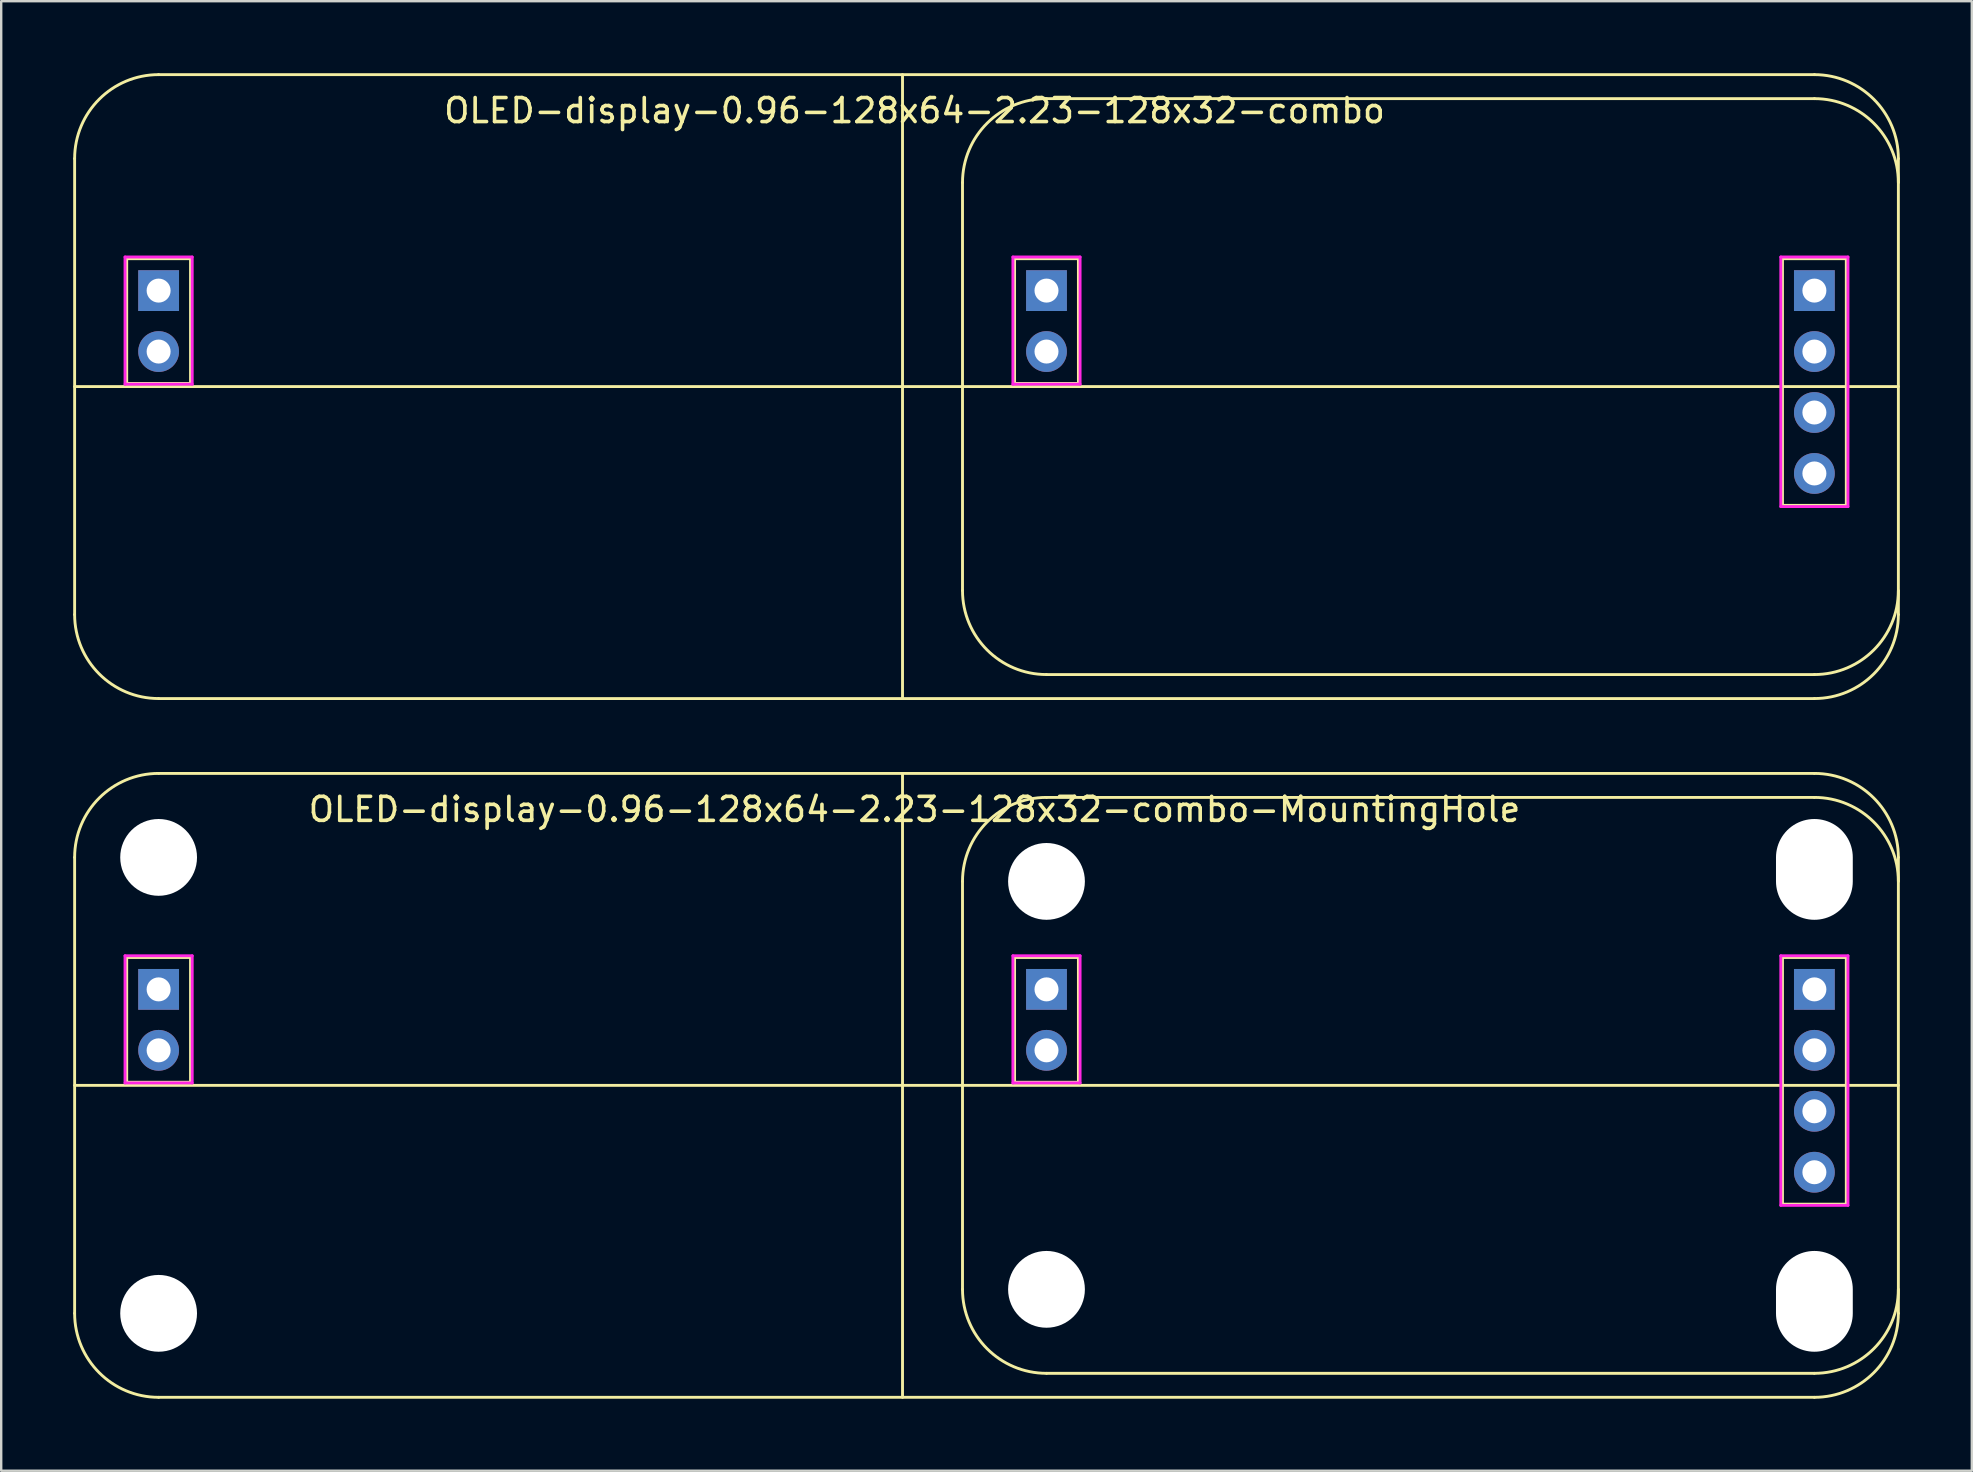
<source format=kicad_pcb>
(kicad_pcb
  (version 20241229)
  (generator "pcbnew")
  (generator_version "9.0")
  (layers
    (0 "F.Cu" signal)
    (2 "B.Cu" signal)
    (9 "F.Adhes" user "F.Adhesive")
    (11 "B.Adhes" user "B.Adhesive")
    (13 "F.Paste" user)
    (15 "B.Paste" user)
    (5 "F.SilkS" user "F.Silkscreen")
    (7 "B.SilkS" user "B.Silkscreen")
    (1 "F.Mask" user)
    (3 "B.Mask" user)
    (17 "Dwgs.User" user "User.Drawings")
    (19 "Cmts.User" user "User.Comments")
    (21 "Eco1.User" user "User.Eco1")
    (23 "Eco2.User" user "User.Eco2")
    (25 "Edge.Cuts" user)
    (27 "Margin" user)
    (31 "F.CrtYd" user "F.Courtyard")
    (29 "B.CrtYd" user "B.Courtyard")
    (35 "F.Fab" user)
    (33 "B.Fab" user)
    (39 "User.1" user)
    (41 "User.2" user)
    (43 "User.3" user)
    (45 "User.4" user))
  (footprint "OLED-display-0.96-128x64-2.23-128x32-combo-MountingHole"
    (layer "F.Cu")
    (at 37.06 30.18)
    (property "Reference" "OLED-display-0.96-128x64-2.23-128x32-combo-MountingHole" (at -2 0.5 0) (layer "F.SilkS") (effects (font (size 1 1) (thickness 0.15))))
    (attr through_hole)
    (fp_line (start -37 2.5) (end -37 21.5) (stroke (width 0.12) (type solid)) (layer "F.SilkS"))
    (fp_line (start -37 12) (end 39 12) (stroke (width 0.12) (type solid)) (layer "F.SilkS"))
    (fp_line (start -34.83 6.67) (end -34.83 11.87) (stroke (width 0.12) (type solid)) (layer "F.SilkS"))
    (fp_line (start -34.83 6.67) (end -32.17 6.67) (stroke (width 0.12) (type solid)) (layer "F.SilkS"))
    (fp_line (start -34.83 11.87) (end -32.17 11.87) (stroke (width 0.12) (type solid)) (layer "F.SilkS"))
    (fp_line (start -33.5 -1) (end 35.5 -1) (stroke (width 0.12) (type solid)) (layer "F.SilkS"))
    (fp_line (start -33.5 25) (end 35.5 25) (stroke (width 0.12) (type solid)) (layer "F.SilkS"))
    (fp_line (start -32.17 6.67) (end -32.17 11.87) (stroke (width 0.12) (type solid)) (layer "F.SilkS"))
    (fp_line (start -2.5 -1) (end -2.5 25) (stroke (width 0.12) (type solid)) (layer "F.SilkS"))
    (fp_line (start 0 3.5) (end 0 20.5) (stroke (width 0.12) (type solid)) (layer "F.SilkS"))
    (fp_line (start 2.17 6.67) (end 2.17 11.87) (stroke (width 0.12) (type solid)) (layer "F.SilkS"))
    (fp_line (start 2.17 6.67) (end 4.83 6.67) (stroke (width 0.12) (type solid)) (layer "F.SilkS"))
    (fp_line (start 2.17 11.87) (end 4.83 11.87) (stroke (width 0.12) (type solid)) (layer "F.SilkS"))
    (fp_line (start 3.5 0) (end 35.5 0) (stroke (width 0.12) (type solid)) (layer "F.SilkS"))
    (fp_line (start 3.5 24) (end 35.5 24) (stroke (width 0.12) (type solid)) (layer "F.SilkS"))
    (fp_line (start 4.83 6.67) (end 4.83 11.87) (stroke (width 0.12) (type solid)) (layer "F.SilkS"))
    (fp_line (start 34.17 6.67) (end 34.17 16.95) (stroke (width 0.12) (type solid)) (layer "F.SilkS"))
    (fp_line (start 34.17 6.67) (end 36.83 6.67) (stroke (width 0.12) (type solid)) (layer "F.SilkS"))
    (fp_line (start 34.17 16.95) (end 36.83 16.95) (stroke (width 0.12) (type solid)) (layer "F.SilkS"))
    (fp_line (start 36.83 6.67) (end 36.83 16.95) (stroke (width 0.12) (type solid)) (layer "F.SilkS"))
    (fp_line (start 39 2.5) (end 39 21.5) (stroke (width 0.12) (type solid)) (layer "F.SilkS"))
    (fp_arc (start -37 2.5) (mid -35.974874 0.025126) (end -33.5 -1) (stroke (width 0.12) (type solid)) (layer "F.SilkS"))
    (fp_arc (start -33.5 25) (mid -35.974874 23.974874) (end -37 21.5) (stroke (width 0.12) (type solid)) (layer "F.SilkS"))
    (fp_arc (start 0 3.5) (mid 1.025126 1.025126) (end 3.5 0) (stroke (width 0.12) (type solid)) (layer "F.SilkS"))
    (fp_arc (start 3.5 24) (mid 1.025126 22.974874) (end 0 20.5) (stroke (width 0.12) (type solid)) (layer "F.SilkS"))
    (fp_arc (start 35.5 -1) (mid 37.974874 0.025126) (end 39 2.5) (stroke (width 0.12) (type solid)) (layer "F.SilkS"))
    (fp_arc (start 35.5 0) (mid 37.974874 1.025126) (end 39 3.5) (stroke (width 0.12) (type solid)) (layer "F.SilkS"))
    (fp_arc (start 39 20.5) (mid 37.974874 22.974874) (end 35.5 24) (stroke (width 0.12) (type solid)) (layer "F.SilkS"))
    (fp_arc (start 39 21.5) (mid 37.974874 23.974874) (end 35.5 25) (stroke (width 0.12) (type solid)) (layer "F.SilkS"))
    (fp_line (start -34.9 6.6) (end -32.1 6.6) (stroke (width 0.12) (type solid)) (layer "F.CrtYd"))
    (fp_line (start -34.9 11.9) (end -34.9 6.6) (stroke (width 0.12) (type solid)) (layer "F.CrtYd"))
    (fp_line (start -32.1 6.6) (end -32.1 11.9) (stroke (width 0.12) (type solid)) (layer "F.CrtYd"))
    (fp_line (start -32.1 11.9) (end -34.9 11.9) (stroke (width 0.12) (type solid)) (layer "F.CrtYd"))
    (fp_line (start 2.1 6.6) (end 4.9 6.6) (stroke (width 0.12) (type solid)) (layer "F.CrtYd"))
    (fp_line (start 2.1 11.9) (end 2.1 6.6) (stroke (width 0.12) (type solid)) (layer "F.CrtYd"))
    (fp_line (start 4.9 6.6) (end 4.9 11.9) (stroke (width 0.12) (type solid)) (layer "F.CrtYd"))
    (fp_line (start 4.9 11.9) (end 2.1 11.9) (stroke (width 0.12) (type solid)) (layer "F.CrtYd"))
    (fp_line (start 34.1 6.6) (end 36.9 6.6) (stroke (width 0.12) (type solid)) (layer "F.CrtYd"))
    (fp_line (start 34.1 17) (end 34.1 6.6) (stroke (width 0.12) (type solid)) (layer "F.CrtYd"))
    (fp_line (start 36.9 6.6) (end 36.9 17) (stroke (width 0.12) (type solid)) (layer "F.CrtYd"))
    (fp_line (start 36.9 17) (end 34.1 17) (stroke (width 0.12) (type solid)) (layer "F.CrtYd"))
    (pad "" np_thru_hole circle (at -33.5 2.5) (size 3.2 3.2) (drill 3.2) (layers "*.Cu" "*.Mask"))
    (pad "" np_thru_hole circle (at -33.5 21.5) (size 3.2 3.2) (drill 3.2) (layers "*.Cu" "*.Mask"))
    (pad "" np_thru_hole circle (at 3.5 3.5) (size 3.2 3.2) (drill 3.2) (layers "*.Cu" "*.Mask"))
    (pad "" np_thru_hole circle (at 3.5 20.5) (size 3.2 3.2) (drill 3.2) (layers "*.Cu" "*.Mask"))
    (pad "" np_thru_hole oval (at 35.5 3) (size 3.2 4.2) (drill oval 3.2 4.2) (layers "*.Cu" "*.Mask"))
    (pad "" np_thru_hole oval (at 35.5 21) (size 3.2 4.2) (drill oval 3.2 4.2) (layers "*.Cu" "*.Mask"))
    (pad "1" thru_hole rect (at 35.5 8) (size 1.7 1.7) (drill 1) (layers "*.Cu" "*.Mask"))
    (pad "2" thru_hole oval (at 35.5 10.54) (size 1.7 1.7) (drill 1) (layers "*.Cu" "*.Mask"))
    (pad "3" thru_hole oval (at 35.5 13.08) (size 1.7 1.7) (drill 1) (layers "*.Cu" "*.Mask"))
    (pad "4" thru_hole oval (at 35.5 15.62) (size 1.7 1.7) (drill 1) (layers "*.Cu" "*.Mask"))
    (pad "5" thru_hole rect (at -33.5 8) (size 1.7 1.7) (drill 1) (layers "*.Cu" "*.Mask"))
    (pad "5" thru_hole rect (at 3.5 8) (size 1.7 1.7) (drill 1) (layers "*.Cu" "*.Mask"))
    (pad "6" thru_hole oval (at -33.5 10.54) (size 1.7 1.7) (drill 1) (layers "*.Cu" "*.Mask"))
    (pad "6" thru_hole oval (at 3.5 10.54) (size 1.7 1.7) (drill 1) (layers "*.Cu" "*.Mask")))
  (footprint "OLED-display-0.96-128x64-2.23-128x32-combo"
    (layer "F.Cu")
    (at 37.06 1.06)
    (property "Reference" "OLED-display-0.96-128x64-2.23-128x32-combo" (at -2 0.5 0) (layer "F.SilkS") (effects (font (size 1 1) (thickness 0.15))))
    (attr through_hole)
    (fp_line (start -37 2.5) (end -37 21.5) (stroke (width 0.12) (type solid)) (layer "F.SilkS"))
    (fp_line (start -37 12) (end 39 12) (stroke (width 0.12) (type solid)) (layer "F.SilkS"))
    (fp_line (start -34.83 6.67) (end -34.83 11.87) (stroke (width 0.12) (type solid)) (layer "F.SilkS"))
    (fp_line (start -34.83 6.67) (end -32.17 6.67) (stroke (width 0.12) (type solid)) (layer "F.SilkS"))
    (fp_line (start -34.83 11.87) (end -32.17 11.87) (stroke (width 0.12) (type solid)) (layer "F.SilkS"))
    (fp_line (start -33.5 -1) (end 35.5 -1) (stroke (width 0.12) (type solid)) (layer "F.SilkS"))
    (fp_line (start -33.5 25) (end 35.5 25) (stroke (width 0.12) (type solid)) (layer "F.SilkS"))
    (fp_line (start -32.17 6.67) (end -32.17 11.87) (stroke (width 0.12) (type solid)) (layer "F.SilkS"))
    (fp_line (start -2.5 -1) (end -2.5 25) (stroke (width 0.12) (type solid)) (layer "F.SilkS"))
    (fp_line (start 0 3.5) (end 0 20.5) (stroke (width 0.12) (type solid)) (layer "F.SilkS"))
    (fp_line (start 2.17 6.67) (end 2.17 11.87) (stroke (width 0.12) (type solid)) (layer "F.SilkS"))
    (fp_line (start 2.17 6.67) (end 4.83 6.67) (stroke (width 0.12) (type solid)) (layer "F.SilkS"))
    (fp_line (start 2.17 11.87) (end 4.83 11.87) (stroke (width 0.12) (type solid)) (layer "F.SilkS"))
    (fp_line (start 3.5 0) (end 35.5 0) (stroke (width 0.12) (type solid)) (layer "F.SilkS"))
    (fp_line (start 3.5 24) (end 35.5 24) (stroke (width 0.12) (type solid)) (layer "F.SilkS"))
    (fp_line (start 4.83 6.67) (end 4.83 11.87) (stroke (width 0.12) (type solid)) (layer "F.SilkS"))
    (fp_line (start 34.17 6.67) (end 34.17 16.95) (stroke (width 0.12) (type solid)) (layer "F.SilkS"))
    (fp_line (start 34.17 6.67) (end 36.83 6.67) (stroke (width 0.12) (type solid)) (layer "F.SilkS"))
    (fp_line (start 34.17 16.95) (end 36.83 16.95) (stroke (width 0.12) (type solid)) (layer "F.SilkS"))
    (fp_line (start 36.83 6.67) (end 36.83 16.95) (stroke (width 0.12) (type solid)) (layer "F.SilkS"))
    (fp_line (start 39 2.5) (end 39 21.5) (stroke (width 0.12) (type solid)) (layer "F.SilkS"))
    (fp_arc (start -37 2.5) (mid -35.974874 0.025126) (end -33.5 -1) (stroke (width 0.12) (type solid)) (layer "F.SilkS"))
    (fp_arc (start -33.5 25) (mid -35.974874 23.974874) (end -37 21.5) (stroke (width 0.12) (type solid)) (layer "F.SilkS"))
    (fp_arc (start 0 3.5) (mid 1.025126 1.025126) (end 3.5 0) (stroke (width 0.12) (type solid)) (layer "F.SilkS"))
    (fp_arc (start 3.5 24) (mid 1.025126 22.974874) (end 0 20.5) (stroke (width 0.12) (type solid)) (layer "F.SilkS"))
    (fp_arc (start 35.5 -1) (mid 37.974874 0.025126) (end 39 2.5) (stroke (width 0.12) (type solid)) (layer "F.SilkS"))
    (fp_arc (start 35.5 0) (mid 37.974874 1.025126) (end 39 3.5) (stroke (width 0.12) (type solid)) (layer "F.SilkS"))
    (fp_arc (start 39 20.5) (mid 37.974874 22.974874) (end 35.5 24) (stroke (width 0.12) (type solid)) (layer "F.SilkS"))
    (fp_arc (start 39 21.5) (mid 37.974874 23.974874) (end 35.5 25) (stroke (width 0.12) (type solid)) (layer "F.SilkS"))
    (fp_line (start -34.9 6.6) (end -32.1 6.6) (stroke (width 0.12) (type solid)) (layer "F.CrtYd"))
    (fp_line (start -34.9 11.9) (end -34.9 6.6) (stroke (width 0.12) (type solid)) (layer "F.CrtYd"))
    (fp_line (start -32.1 6.6) (end -32.1 11.9) (stroke (width 0.12) (type solid)) (layer "F.CrtYd"))
    (fp_line (start -32.1 11.9) (end -34.9 11.9) (stroke (width 0.12) (type solid)) (layer "F.CrtYd"))
    (fp_line (start 2.1 6.6) (end 4.9 6.6) (stroke (width 0.12) (type solid)) (layer "F.CrtYd"))
    (fp_line (start 2.1 11.9) (end 2.1 6.6) (stroke (width 0.12) (type solid)) (layer "F.CrtYd"))
    (fp_line (start 4.9 6.6) (end 4.9 11.9) (stroke (width 0.12) (type solid)) (layer "F.CrtYd"))
    (fp_line (start 4.9 11.9) (end 2.1 11.9) (stroke (width 0.12) (type solid)) (layer "F.CrtYd"))
    (fp_line (start 34.1 6.6) (end 36.9 6.6) (stroke (width 0.12) (type solid)) (layer "F.CrtYd"))
    (fp_line (start 34.1 17) (end 34.1 6.6) (stroke (width 0.12) (type solid)) (layer "F.CrtYd"))
    (fp_line (start 36.9 6.6) (end 36.9 17) (stroke (width 0.12) (type solid)) (layer "F.CrtYd"))
    (fp_line (start 36.9 17) (end 34.1 17) (stroke (width 0.12) (type solid)) (layer "F.CrtYd"))
    (pad "1" thru_hole rect (at 35.5 8) (size 1.7 1.7) (drill 1) (layers "*.Cu" "*.Mask"))
    (pad "2" thru_hole oval (at 35.5 10.54) (size 1.7 1.7) (drill 1) (layers "*.Cu" "*.Mask"))
    (pad "3" thru_hole oval (at 35.5 13.08) (size 1.7 1.7) (drill 1) (layers "*.Cu" "*.Mask"))
    (pad "4" thru_hole oval (at 35.5 15.62) (size 1.7 1.7) (drill 1) (layers "*.Cu" "*.Mask"))
    (pad "5" thru_hole rect (at -33.5 8) (size 1.7 1.7) (drill 1) (layers "*.Cu" "*.Mask"))
    (pad "5" thru_hole rect (at 3.5 8) (size 1.7 1.7) (drill 1) (layers "*.Cu" "*.Mask"))
    (pad "6" thru_hole oval (at -33.5 10.54) (size 1.7 1.7) (drill 1) (layers "*.Cu" "*.Mask"))
    (pad "6" thru_hole oval (at 3.5 10.54) (size 1.7 1.7) (drill 1) (layers "*.Cu" "*.Mask")))
  (gr_rect
    (start -3 -3)
    (end 79.12 58.24)
    (stroke (width 0.1) (type default))
    (fill no)
    (layer "Edge.Cuts")))
</source>
